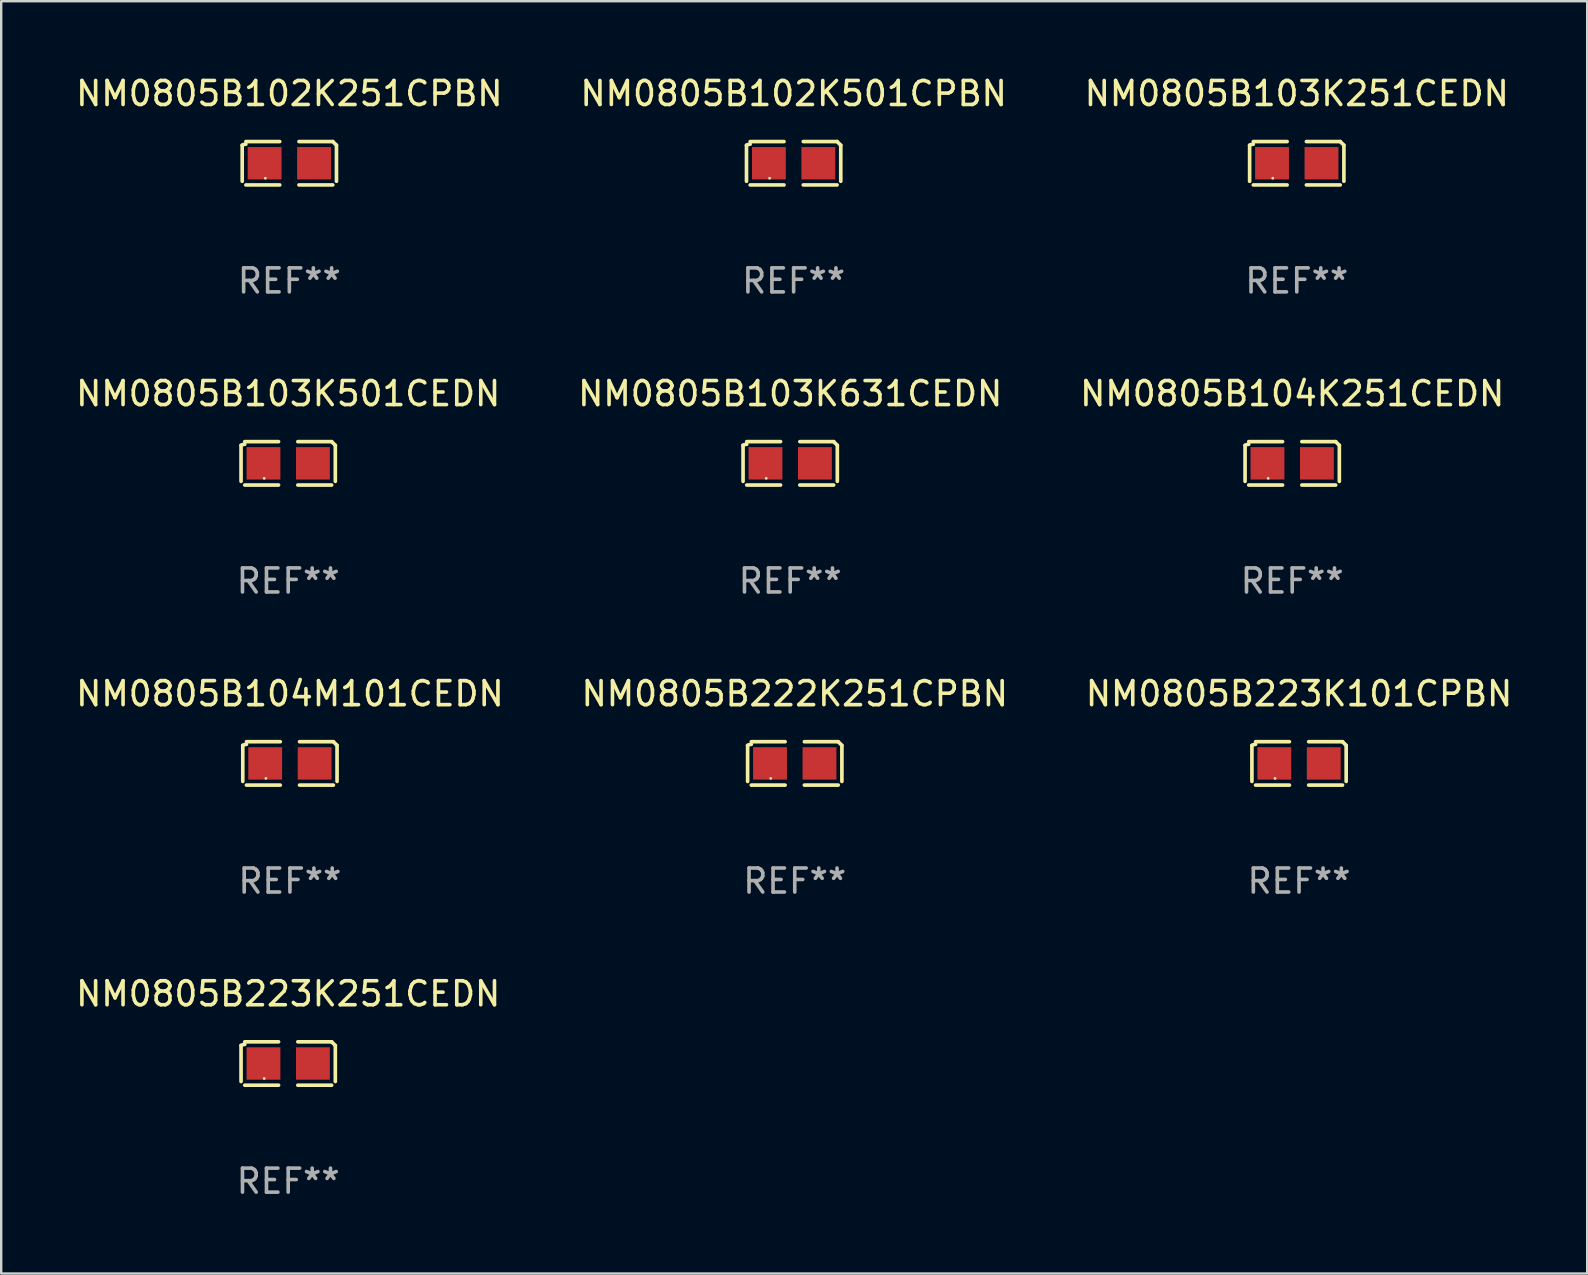
<source format=kicad_pcb>
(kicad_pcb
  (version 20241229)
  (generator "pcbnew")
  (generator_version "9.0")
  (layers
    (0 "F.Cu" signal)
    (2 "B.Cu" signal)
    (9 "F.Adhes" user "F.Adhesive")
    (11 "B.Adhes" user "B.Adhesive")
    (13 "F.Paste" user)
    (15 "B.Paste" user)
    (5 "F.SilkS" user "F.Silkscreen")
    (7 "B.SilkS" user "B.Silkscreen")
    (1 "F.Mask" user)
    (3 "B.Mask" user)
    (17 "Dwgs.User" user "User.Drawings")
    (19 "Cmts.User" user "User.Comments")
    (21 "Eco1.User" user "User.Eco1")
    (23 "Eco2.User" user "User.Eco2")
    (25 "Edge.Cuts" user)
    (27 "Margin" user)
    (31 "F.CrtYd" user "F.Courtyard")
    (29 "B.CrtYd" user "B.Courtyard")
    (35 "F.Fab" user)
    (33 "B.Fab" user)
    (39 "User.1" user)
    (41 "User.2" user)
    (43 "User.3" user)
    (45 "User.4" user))
  (footprint "NM0805B102K501CPBN"
    (layer "F.Cu")
    (at 30.018 3.752)
    (property "Reference" "NM0805B102K501CPBN" (at 0 -2.904 0) (layer "F.SilkS") (effects (font (size 1 1) (thickness 0.15))))
    (attr through_hole)
    (fp_line (start -1.964 0.751) (end -1.964 -0.751) (stroke (width 0.152) (type solid)) (layer "F.SilkS"))
    (fp_line (start -1.811 -0.904) (end -0.401 -0.904) (stroke (width 0.152) (type solid)) (layer "F.SilkS"))
    (fp_line (start -0.401 0.904) (end -1.811 0.904) (stroke (width 0.152) (type solid)) (layer "F.SilkS"))
    (fp_line (start 0.401 0.904) (end 1.811 0.904) (stroke (width 0.152) (type solid)) (layer "F.SilkS"))
    (fp_line (start 1.811 -0.904) (end 0.401 -0.904) (stroke (width 0.152) (type solid)) (layer "F.SilkS"))
    (fp_line (start 1.964 0.751) (end 1.964 -0.751) (stroke (width 0.152) (type solid)) (layer "F.SilkS"))
    (fp_arc (start -1.963602 -0.751207) (mid -1.890354 -0.783131) (end -1.811201 -0.794044) (stroke (width 0.1524) (type solid)) (layer "F.SilkS"))
    (fp_arc (start 1.811202 -0.903607) (mid 1.887413 -0.827418) (end 1.963602 -0.751207) (stroke (width 0.1524) (type solid)) (layer "F.SilkS"))
    (fp_circle (center -1 0.625) (end -0.97 0.625) (stroke (width 0.06) (type solid)) (fill no) (layer "F.SilkS"))
    (fp_text user "REF**" (at 0 4.904 0) (layer "F.Fab") (effects (font (size 1 1) (thickness 0.15))))
    (pad "1" smd rect (at -1.03 0) (size 1.41 1.35) (layers "F.Cu" "F.Mask" "F.Paste"))
    (pad "2" smd rect (at 1.03 0) (size 1.41 1.35) (layers "F.Cu" "F.Mask" "F.Paste")))
  (footprint "NM0805B223K251CEDN"
    (layer "F.Cu")
    (at 8.958 41.263)
    (property "Reference" "NM0805B223K251CEDN" (at 0 -2.904 0) (layer "F.SilkS") (effects (font (size 1 1) (thickness 0.15))))
    (attr through_hole)
    (fp_line (start -1.964 0.751) (end -1.964 -0.751) (stroke (width 0.152) (type solid)) (layer "F.SilkS"))
    (fp_line (start -1.811 -0.904) (end -0.401 -0.904) (stroke (width 0.152) (type solid)) (layer "F.SilkS"))
    (fp_line (start -0.401 0.904) (end -1.811 0.904) (stroke (width 0.152) (type solid)) (layer "F.SilkS"))
    (fp_line (start 0.401 0.904) (end 1.811 0.904) (stroke (width 0.152) (type solid)) (layer "F.SilkS"))
    (fp_line (start 1.811 -0.904) (end 0.401 -0.904) (stroke (width 0.152) (type solid)) (layer "F.SilkS"))
    (fp_line (start 1.964 0.751) (end 1.964 -0.751) (stroke (width 0.152) (type solid)) (layer "F.SilkS"))
    (fp_arc (start -1.963602 -0.751207) (mid -1.890354 -0.783131) (end -1.811201 -0.794044) (stroke (width 0.1524) (type solid)) (layer "F.SilkS"))
    (fp_arc (start 1.811202 -0.903607) (mid 1.887413 -0.827418) (end 1.963602 -0.751207) (stroke (width 0.1524) (type solid)) (layer "F.SilkS"))
    (fp_circle (center -1 0.625) (end -0.97 0.625) (stroke (width 0.06) (type solid)) (fill no) (layer "F.SilkS"))
    (fp_text user "REF**" (at 0 4.904 0) (layer "F.Fab") (effects (font (size 1 1) (thickness 0.15))))
    (pad "1" smd rect (at -1.03 0) (size 1.41 1.35) (layers "F.Cu" "F.Mask" "F.Paste"))
    (pad "2" smd rect (at 1.03 0) (size 1.41 1.35) (layers "F.Cu" "F.Mask" "F.Paste")))
  (footprint "NM0805B103K501CEDN"
    (layer "F.Cu")
    (at 8.958 16.256)
    (property "Reference" "NM0805B103K501CEDN" (at 0 -2.904 0) (layer "F.SilkS") (effects (font (size 1 1) (thickness 0.15))))
    (attr through_hole)
    (fp_line (start -1.964 0.751) (end -1.964 -0.751) (stroke (width 0.152) (type solid)) (layer "F.SilkS"))
    (fp_line (start -1.811 -0.904) (end -0.401 -0.904) (stroke (width 0.152) (type solid)) (layer "F.SilkS"))
    (fp_line (start -0.401 0.904) (end -1.811 0.904) (stroke (width 0.152) (type solid)) (layer "F.SilkS"))
    (fp_line (start 0.401 0.904) (end 1.811 0.904) (stroke (width 0.152) (type solid)) (layer "F.SilkS"))
    (fp_line (start 1.811 -0.904) (end 0.401 -0.904) (stroke (width 0.152) (type solid)) (layer "F.SilkS"))
    (fp_line (start 1.964 0.751) (end 1.964 -0.751) (stroke (width 0.152) (type solid)) (layer "F.SilkS"))
    (fp_arc (start -1.963602 -0.751207) (mid -1.890354 -0.783131) (end -1.811201 -0.794044) (stroke (width 0.1524) (type solid)) (layer "F.SilkS"))
    (fp_arc (start 1.811202 -0.903607) (mid 1.887413 -0.827418) (end 1.963602 -0.751207) (stroke (width 0.1524) (type solid)) (layer "F.SilkS"))
    (fp_circle (center -1 0.625) (end -0.97 0.625) (stroke (width 0.06) (type solid)) (fill no) (layer "F.SilkS"))
    (fp_text user "REF**" (at 0 4.904 0) (layer "F.Fab") (effects (font (size 1 1) (thickness 0.15))))
    (pad "1" smd rect (at -1.03 0) (size 1.41 1.35) (layers "F.Cu" "F.Mask" "F.Paste"))
    (pad "2" smd rect (at 1.03 0) (size 1.41 1.35) (layers "F.Cu" "F.Mask" "F.Paste")))
  (footprint "NM0805B222K251CPBN"
    (layer "F.Cu")
    (at 30.065 28.759)
    (property "Reference" "NM0805B222K251CPBN" (at 0 -2.904 0) (layer "F.SilkS") (effects (font (size 1 1) (thickness 0.15))))
    (attr through_hole)
    (fp_line (start -1.964 0.751) (end -1.964 -0.751) (stroke (width 0.152) (type solid)) (layer "F.SilkS"))
    (fp_line (start -1.811 -0.904) (end -0.401 -0.904) (stroke (width 0.152) (type solid)) (layer "F.SilkS"))
    (fp_line (start -0.401 0.904) (end -1.811 0.904) (stroke (width 0.152) (type solid)) (layer "F.SilkS"))
    (fp_line (start 0.401 0.904) (end 1.811 0.904) (stroke (width 0.152) (type solid)) (layer "F.SilkS"))
    (fp_line (start 1.811 -0.904) (end 0.401 -0.904) (stroke (width 0.152) (type solid)) (layer "F.SilkS"))
    (fp_line (start 1.964 0.751) (end 1.964 -0.751) (stroke (width 0.152) (type solid)) (layer "F.SilkS"))
    (fp_arc (start -1.963602 -0.751207) (mid -1.890354 -0.783131) (end -1.811201 -0.794044) (stroke (width 0.1524) (type solid)) (layer "F.SilkS"))
    (fp_arc (start 1.811202 -0.903607) (mid 1.887413 -0.827418) (end 1.963602 -0.751207) (stroke (width 0.1524) (type solid)) (layer "F.SilkS"))
    (fp_circle (center -1 0.625) (end -0.97 0.625) (stroke (width 0.06) (type solid)) (fill no) (layer "F.SilkS"))
    (fp_text user "REF**" (at 0 4.904 0) (layer "F.Fab") (effects (font (size 1 1) (thickness 0.15))))
    (pad "1" smd rect (at -1.03 0) (size 1.41 1.35) (layers "F.Cu" "F.Mask" "F.Paste"))
    (pad "2" smd rect (at 1.03 0) (size 1.41 1.35) (layers "F.Cu" "F.Mask" "F.Paste")))
  (footprint "NM0805B102K251CPBN"
    (layer "F.Cu")
    (at 9.006 3.752)
    (property "Reference" "NM0805B102K251CPBN" (at 0 -2.904 0) (layer "F.SilkS") (effects (font (size 1 1) (thickness 0.15))))
    (attr through_hole)
    (fp_line (start -1.964 0.751) (end -1.964 -0.751) (stroke (width 0.152) (type solid)) (layer "F.SilkS"))
    (fp_line (start -1.811 -0.904) (end -0.401 -0.904) (stroke (width 0.152) (type solid)) (layer "F.SilkS"))
    (fp_line (start -0.401 0.904) (end -1.811 0.904) (stroke (width 0.152) (type solid)) (layer "F.SilkS"))
    (fp_line (start 0.401 0.904) (end 1.811 0.904) (stroke (width 0.152) (type solid)) (layer "F.SilkS"))
    (fp_line (start 1.811 -0.904) (end 0.401 -0.904) (stroke (width 0.152) (type solid)) (layer "F.SilkS"))
    (fp_line (start 1.964 0.751) (end 1.964 -0.751) (stroke (width 0.152) (type solid)) (layer "F.SilkS"))
    (fp_arc (start -1.963602 -0.751207) (mid -1.890354 -0.783131) (end -1.811201 -0.794044) (stroke (width 0.1524) (type solid)) (layer "F.SilkS"))
    (fp_arc (start 1.811202 -0.903607) (mid 1.887413 -0.827418) (end 1.963602 -0.751207) (stroke (width 0.1524) (type solid)) (layer "F.SilkS"))
    (fp_circle (center -1 0.625) (end -0.97 0.625) (stroke (width 0.06) (type solid)) (fill no) (layer "F.SilkS"))
    (fp_text user "REF**" (at 0 4.904 0) (layer "F.Fab") (effects (font (size 1 1) (thickness 0.15))))
    (pad "1" smd rect (at -1.03 0) (size 1.41 1.35) (layers "F.Cu" "F.Mask" "F.Paste"))
    (pad "2" smd rect (at 1.03 0) (size 1.41 1.35) (layers "F.Cu" "F.Mask" "F.Paste")))
  (footprint "NM0805B103K251CEDN"
    (layer "F.Cu")
    (at 50.982 3.752)
    (property "Reference" "NM0805B103K251CEDN" (at 0 -2.904 0) (layer "F.SilkS") (effects (font (size 1 1) (thickness 0.15))))
    (attr through_hole)
    (fp_line (start -1.964 0.751) (end -1.964 -0.751) (stroke (width 0.152) (type solid)) (layer "F.SilkS"))
    (fp_line (start -1.811 -0.904) (end -0.401 -0.904) (stroke (width 0.152) (type solid)) (layer "F.SilkS"))
    (fp_line (start -0.401 0.904) (end -1.811 0.904) (stroke (width 0.152) (type solid)) (layer "F.SilkS"))
    (fp_line (start 0.401 0.904) (end 1.811 0.904) (stroke (width 0.152) (type solid)) (layer "F.SilkS"))
    (fp_line (start 1.811 -0.904) (end 0.401 -0.904) (stroke (width 0.152) (type solid)) (layer "F.SilkS"))
    (fp_line (start 1.964 0.751) (end 1.964 -0.751) (stroke (width 0.152) (type solid)) (layer "F.SilkS"))
    (fp_arc (start -1.963602 -0.751207) (mid -1.890354 -0.783131) (end -1.811201 -0.794044) (stroke (width 0.1524) (type solid)) (layer "F.SilkS"))
    (fp_arc (start 1.811202 -0.903607) (mid 1.887413 -0.827418) (end 1.963602 -0.751207) (stroke (width 0.1524) (type solid)) (layer "F.SilkS"))
    (fp_circle (center -1 0.625) (end -0.97 0.625) (stroke (width 0.06) (type solid)) (fill no) (layer "F.SilkS"))
    (fp_text user "REF**" (at 0 4.904 0) (layer "F.Fab") (effects (font (size 1 1) (thickness 0.15))))
    (pad "1" smd rect (at -1.03 0) (size 1.41 1.35) (layers "F.Cu" "F.Mask" "F.Paste"))
    (pad "2" smd rect (at 1.03 0) (size 1.41 1.35) (layers "F.Cu" "F.Mask" "F.Paste")))
  (footprint "NM0805B103K631CEDN"
    (layer "F.Cu")
    (at 29.875 16.256)
    (property "Reference" "NM0805B103K631CEDN" (at 0 -2.904 0) (layer "F.SilkS") (effects (font (size 1 1) (thickness 0.15))))
    (attr through_hole)
    (fp_line (start -1.964 0.751) (end -1.964 -0.751) (stroke (width 0.152) (type solid)) (layer "F.SilkS"))
    (fp_line (start -1.811 -0.904) (end -0.401 -0.904) (stroke (width 0.152) (type solid)) (layer "F.SilkS"))
    (fp_line (start -0.401 0.904) (end -1.811 0.904) (stroke (width 0.152) (type solid)) (layer "F.SilkS"))
    (fp_line (start 0.401 0.904) (end 1.811 0.904) (stroke (width 0.152) (type solid)) (layer "F.SilkS"))
    (fp_line (start 1.811 -0.904) (end 0.401 -0.904) (stroke (width 0.152) (type solid)) (layer "F.SilkS"))
    (fp_line (start 1.964 0.751) (end 1.964 -0.751) (stroke (width 0.152) (type solid)) (layer "F.SilkS"))
    (fp_arc (start -1.963602 -0.751207) (mid -1.890354 -0.783131) (end -1.811201 -0.794044) (stroke (width 0.1524) (type solid)) (layer "F.SilkS"))
    (fp_arc (start 1.811202 -0.903607) (mid 1.887413 -0.827418) (end 1.963602 -0.751207) (stroke (width 0.1524) (type solid)) (layer "F.SilkS"))
    (fp_circle (center -1 0.625) (end -0.97 0.625) (stroke (width 0.06) (type solid)) (fill no) (layer "F.SilkS"))
    (fp_text user "REF**" (at 0 4.904 0) (layer "F.Fab") (effects (font (size 1 1) (thickness 0.15))))
    (pad "1" smd rect (at -1.03 0) (size 1.41 1.35) (layers "F.Cu" "F.Mask" "F.Paste"))
    (pad "2" smd rect (at 1.03 0) (size 1.41 1.35) (layers "F.Cu" "F.Mask" "F.Paste")))
  (footprint "NM0805B223K101CPBN"
    (layer "F.Cu")
    (at 51.077 28.759)
    (property "Reference" "NM0805B223K101CPBN" (at 0 -2.904 0) (layer "F.SilkS") (effects (font (size 1 1) (thickness 0.15))))
    (attr through_hole)
    (fp_line (start -1.964 0.751) (end -1.964 -0.751) (stroke (width 0.152) (type solid)) (layer "F.SilkS"))
    (fp_line (start -1.811 -0.904) (end -0.401 -0.904) (stroke (width 0.152) (type solid)) (layer "F.SilkS"))
    (fp_line (start -0.401 0.904) (end -1.811 0.904) (stroke (width 0.152) (type solid)) (layer "F.SilkS"))
    (fp_line (start 0.401 0.904) (end 1.811 0.904) (stroke (width 0.152) (type solid)) (layer "F.SilkS"))
    (fp_line (start 1.811 -0.904) (end 0.401 -0.904) (stroke (width 0.152) (type solid)) (layer "F.SilkS"))
    (fp_line (start 1.964 0.751) (end 1.964 -0.751) (stroke (width 0.152) (type solid)) (layer "F.SilkS"))
    (fp_arc (start -1.963602 -0.751207) (mid -1.890354 -0.783131) (end -1.811201 -0.794044) (stroke (width 0.1524) (type solid)) (layer "F.SilkS"))
    (fp_arc (start 1.811202 -0.903607) (mid 1.887413 -0.827418) (end 1.963602 -0.751207) (stroke (width 0.1524) (type solid)) (layer "F.SilkS"))
    (fp_circle (center -1 0.625) (end -0.97 0.625) (stroke (width 0.06) (type solid)) (fill no) (layer "F.SilkS"))
    (fp_text user "REF**" (at 0 4.904 0) (layer "F.Fab") (effects (font (size 1 1) (thickness 0.15))))
    (pad "1" smd rect (at -1.03 0) (size 1.41 1.35) (layers "F.Cu" "F.Mask" "F.Paste"))
    (pad "2" smd rect (at 1.03 0) (size 1.41 1.35) (layers "F.Cu" "F.Mask" "F.Paste")))
  (footprint "NM0805B104M101CEDN"
    (layer "F.Cu")
    (at 9.03 28.759)
    (property "Reference" "NM0805B104M101CEDN" (at 0 -2.904 0) (layer "F.SilkS") (effects (font (size 1 1) (thickness 0.15))))
    (attr through_hole)
    (fp_line (start -1.964 0.751) (end -1.964 -0.751) (stroke (width 0.152) (type solid)) (layer "F.SilkS"))
    (fp_line (start -1.811 -0.904) (end -0.401 -0.904) (stroke (width 0.152) (type solid)) (layer "F.SilkS"))
    (fp_line (start -0.401 0.904) (end -1.811 0.904) (stroke (width 0.152) (type solid)) (layer "F.SilkS"))
    (fp_line (start 0.401 0.904) (end 1.811 0.904) (stroke (width 0.152) (type solid)) (layer "F.SilkS"))
    (fp_line (start 1.811 -0.904) (end 0.401 -0.904) (stroke (width 0.152) (type solid)) (layer "F.SilkS"))
    (fp_line (start 1.964 0.751) (end 1.964 -0.751) (stroke (width 0.152) (type solid)) (layer "F.SilkS"))
    (fp_arc (start -1.963602 -0.751207) (mid -1.890354 -0.783131) (end -1.811201 -0.794044) (stroke (width 0.1524) (type solid)) (layer "F.SilkS"))
    (fp_arc (start 1.811202 -0.903607) (mid 1.887413 -0.827418) (end 1.963602 -0.751207) (stroke (width 0.1524) (type solid)) (layer "F.SilkS"))
    (fp_circle (center -1 0.625) (end -0.97 0.625) (stroke (width 0.06) (type solid)) (fill no) (layer "F.SilkS"))
    (fp_text user "REF**" (at 0 4.904 0) (layer "F.Fab") (effects (font (size 1 1) (thickness 0.15))))
    (pad "1" smd rect (at -1.03 0) (size 1.41 1.35) (layers "F.Cu" "F.Mask" "F.Paste"))
    (pad "2" smd rect (at 1.03 0) (size 1.41 1.35) (layers "F.Cu" "F.Mask" "F.Paste")))
  (footprint "NM0805B104K251CEDN"
    (layer "F.Cu")
    (at 50.792 16.256)
    (property "Reference" "NM0805B104K251CEDN" (at 0 -2.904 0) (layer "F.SilkS") (effects (font (size 1 1) (thickness 0.15))))
    (attr through_hole)
    (fp_line (start -1.964 0.751) (end -1.964 -0.751) (stroke (width 0.152) (type solid)) (layer "F.SilkS"))
    (fp_line (start -1.811 -0.904) (end -0.401 -0.904) (stroke (width 0.152) (type solid)) (layer "F.SilkS"))
    (fp_line (start -0.401 0.904) (end -1.811 0.904) (stroke (width 0.152) (type solid)) (layer "F.SilkS"))
    (fp_line (start 0.401 0.904) (end 1.811 0.904) (stroke (width 0.152) (type solid)) (layer "F.SilkS"))
    (fp_line (start 1.811 -0.904) (end 0.401 -0.904) (stroke (width 0.152) (type solid)) (layer "F.SilkS"))
    (fp_line (start 1.964 0.751) (end 1.964 -0.751) (stroke (width 0.152) (type solid)) (layer "F.SilkS"))
    (fp_arc (start -1.963602 -0.751207) (mid -1.890354 -0.783131) (end -1.811201 -0.794044) (stroke (width 0.1524) (type solid)) (layer "F.SilkS"))
    (fp_arc (start 1.811202 -0.903607) (mid 1.887413 -0.827418) (end 1.963602 -0.751207) (stroke (width 0.1524) (type solid)) (layer "F.SilkS"))
    (fp_circle (center -1 0.625) (end -0.97 0.625) (stroke (width 0.06) (type solid)) (fill no) (layer "F.SilkS"))
    (fp_text user "REF**" (at 0 4.904 0) (layer "F.Fab") (effects (font (size 1 1) (thickness 0.15))))
    (pad "1" smd rect (at -1.03 0) (size 1.41 1.35) (layers "F.Cu" "F.Mask" "F.Paste"))
    (pad "2" smd rect (at 1.03 0) (size 1.41 1.35) (layers "F.Cu" "F.Mask" "F.Paste")))
  (gr_rect
    (start -3 -3)
    (end 63.083 50.015)
    (stroke (width 0.1) (type default))
    (fill no)
    (layer "Edge.Cuts")))
</source>
